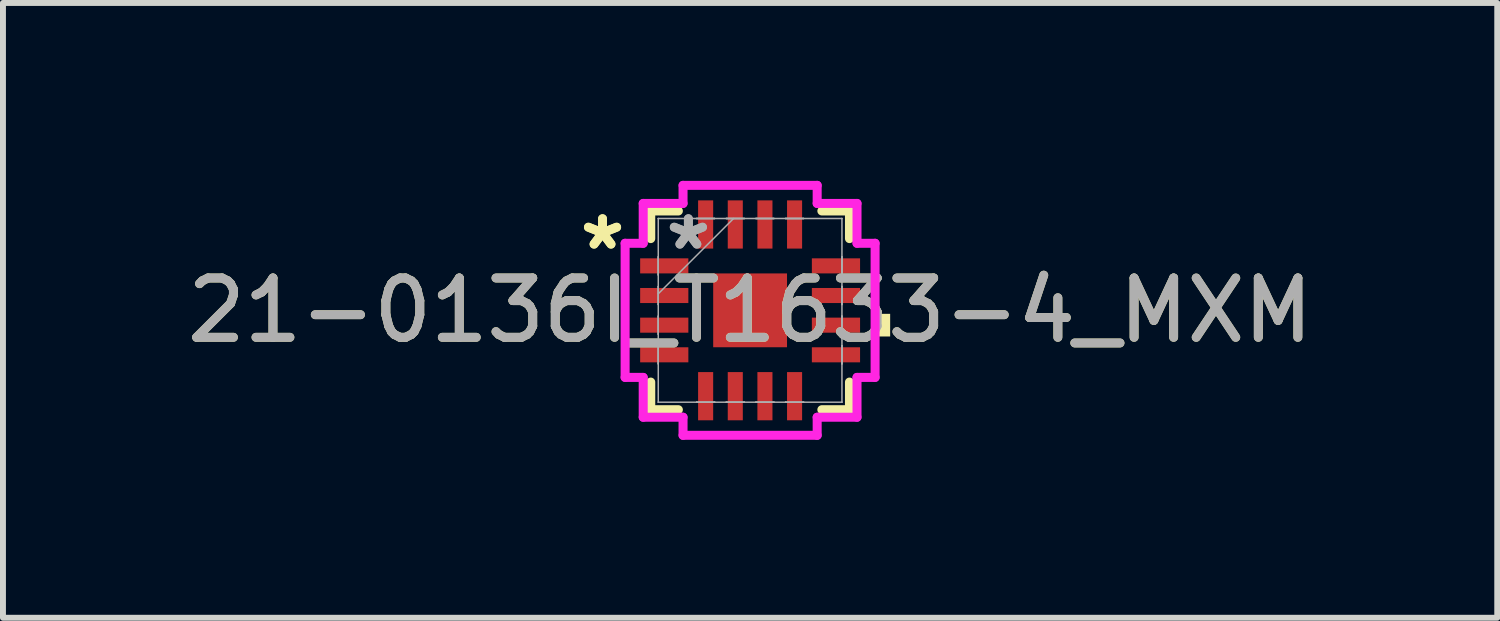
<source format=kicad_pcb>
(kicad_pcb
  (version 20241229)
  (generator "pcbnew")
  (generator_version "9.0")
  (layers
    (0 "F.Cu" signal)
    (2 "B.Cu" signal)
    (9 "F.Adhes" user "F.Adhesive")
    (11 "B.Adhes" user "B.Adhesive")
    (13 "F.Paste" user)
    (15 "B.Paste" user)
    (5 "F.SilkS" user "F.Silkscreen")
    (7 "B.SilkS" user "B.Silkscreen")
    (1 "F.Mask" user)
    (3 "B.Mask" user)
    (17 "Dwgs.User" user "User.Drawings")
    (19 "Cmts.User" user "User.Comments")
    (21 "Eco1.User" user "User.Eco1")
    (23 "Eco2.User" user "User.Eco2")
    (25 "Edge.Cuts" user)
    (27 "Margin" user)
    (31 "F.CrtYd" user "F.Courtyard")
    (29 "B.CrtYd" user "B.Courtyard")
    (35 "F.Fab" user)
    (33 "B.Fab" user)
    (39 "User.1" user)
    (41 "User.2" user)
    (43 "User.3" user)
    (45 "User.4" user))
  (footprint "21-0136I_T1633-4_MXM"
    (layer "F.Cu")
    (at 9.601 2.184)
    (property "Reference" "21-0136I_T1633-4_MXM" (at 0 0 0) (unlocked yes) (layer "F.SilkS") (effects (font (size 1 1) (thickness 0.15))))
    (attr smd)
    (fp_line (start -1.676 -1.676) (end -1.676 -1.21) (stroke (width 0.152) (type solid)) (layer "F.SilkS"))
    (fp_line (start -1.676 1.21) (end -1.676 1.676) (stroke (width 0.152) (type solid)) (layer "F.SilkS"))
    (fp_line (start -1.676 1.676) (end -1.21 1.676) (stroke (width 0.152) (type solid)) (layer "F.SilkS"))
    (fp_line (start -1.21 -1.676) (end -1.676 -1.676) (stroke (width 0.152) (type solid)) (layer "F.SilkS"))
    (fp_line (start 1.21 1.676) (end 1.676 1.676) (stroke (width 0.152) (type solid)) (layer "F.SilkS"))
    (fp_line (start 1.676 -1.676) (end 1.21 -1.676) (stroke (width 0.152) (type solid)) (layer "F.SilkS"))
    (fp_line (start 1.676 -1.21) (end 1.676 -1.676) (stroke (width 0.152) (type solid)) (layer "F.SilkS"))
    (fp_line (start 1.676 1.676) (end 1.676 1.21) (stroke (width 0.152) (type solid)) (layer "F.SilkS"))
    (fp_poly (pts (xy 2.362 0.059) (xy 2.362 0.441) (xy 2.108 0.441) (xy 2.108 0.059)) (stroke (width 0) (type solid)) (fill yes) (layer "F.SilkS"))
    (fp_line (start -2.108 -1.131) (end -1.803 -1.131) (stroke (width 0.152) (type solid)) (layer "F.CrtYd"))
    (fp_line (start -2.108 1.131) (end -2.108 -1.131) (stroke (width 0.152) (type solid)) (layer "F.CrtYd"))
    (fp_line (start -1.803 -1.803) (end -1.131 -1.803) (stroke (width 0.152) (type solid)) (layer "F.CrtYd"))
    (fp_line (start -1.803 -1.131) (end -1.803 -1.803) (stroke (width 0.152) (type solid)) (layer "F.CrtYd"))
    (fp_line (start -1.803 1.131) (end -2.108 1.131) (stroke (width 0.152) (type solid)) (layer "F.CrtYd"))
    (fp_line (start -1.803 1.803) (end -1.803 1.131) (stroke (width 0.152) (type solid)) (layer "F.CrtYd"))
    (fp_line (start -1.131 -2.108) (end 1.131 -2.108) (stroke (width 0.152) (type solid)) (layer "F.CrtYd"))
    (fp_line (start -1.131 -1.803) (end -1.131 -2.108) (stroke (width 0.152) (type solid)) (layer "F.CrtYd"))
    (fp_line (start -1.131 1.803) (end -1.803 1.803) (stroke (width 0.152) (type solid)) (layer "F.CrtYd"))
    (fp_line (start -1.131 2.108) (end -1.131 1.803) (stroke (width 0.152) (type solid)) (layer "F.CrtYd"))
    (fp_line (start 1.131 -2.108) (end 1.131 -1.803) (stroke (width 0.152) (type solid)) (layer "F.CrtYd"))
    (fp_line (start 1.131 -1.803) (end 1.803 -1.803) (stroke (width 0.152) (type solid)) (layer "F.CrtYd"))
    (fp_line (start 1.131 1.803) (end 1.131 2.108) (stroke (width 0.152) (type solid)) (layer "F.CrtYd"))
    (fp_line (start 1.131 2.108) (end -1.131 2.108) (stroke (width 0.152) (type solid)) (layer "F.CrtYd"))
    (fp_line (start 1.803 -1.803) (end 1.803 -1.131) (stroke (width 0.152) (type solid)) (layer "F.CrtYd"))
    (fp_line (start 1.803 -1.131) (end 2.108 -1.131) (stroke (width 0.152) (type solid)) (layer "F.CrtYd"))
    (fp_line (start 1.803 1.131) (end 1.803 1.803) (stroke (width 0.152) (type solid)) (layer "F.CrtYd"))
    (fp_line (start 1.803 1.803) (end 1.131 1.803) (stroke (width 0.152) (type solid)) (layer "F.CrtYd"))
    (fp_line (start 2.108 -1.131) (end 2.108 1.131) (stroke (width 0.152) (type solid)) (layer "F.CrtYd"))
    (fp_line (start 2.108 1.131) (end 1.803 1.131) (stroke (width 0.152) (type solid)) (layer "F.CrtYd"))
    (fp_line (start -1.549 -1.549) (end -1.549 -1.549) (stroke (width 0.025) (type solid)) (layer "F.Fab"))
    (fp_line (start -1.549 -1.549) (end -1.549 1.549) (stroke (width 0.025) (type solid)) (layer "F.Fab"))
    (fp_line (start -1.549 -0.902) (end -1.549 -0.902) (stroke (width 0.025) (type solid)) (layer "F.Fab"))
    (fp_line (start -1.549 -0.902) (end -1.549 -0.598) (stroke (width 0.025) (type solid)) (layer "F.Fab"))
    (fp_line (start -1.549 -0.598) (end -1.549 -0.902) (stroke (width 0.025) (type solid)) (layer "F.Fab"))
    (fp_line (start -1.549 -0.598) (end -1.549 -0.598) (stroke (width 0.025) (type solid)) (layer "F.Fab"))
    (fp_line (start -1.549 -0.402) (end -1.549 -0.402) (stroke (width 0.025) (type solid)) (layer "F.Fab"))
    (fp_line (start -1.549 -0.402) (end -1.549 -0.098) (stroke (width 0.025) (type solid)) (layer "F.Fab"))
    (fp_line (start -1.549 -0.279) (end -0.279 -1.549) (stroke (width 0.025) (type solid)) (layer "F.Fab"))
    (fp_line (start -1.549 -0.098) (end -1.549 -0.402) (stroke (width 0.025) (type solid)) (layer "F.Fab"))
    (fp_line (start -1.549 -0.098) (end -1.549 -0.098) (stroke (width 0.025) (type solid)) (layer "F.Fab"))
    (fp_line (start -1.549 0.098) (end -1.549 0.098) (stroke (width 0.025) (type solid)) (layer "F.Fab"))
    (fp_line (start -1.549 0.098) (end -1.549 0.402) (stroke (width 0.025) (type solid)) (layer "F.Fab"))
    (fp_line (start -1.549 0.402) (end -1.549 0.098) (stroke (width 0.025) (type solid)) (layer "F.Fab"))
    (fp_line (start -1.549 0.402) (end -1.549 0.402) (stroke (width 0.025) (type solid)) (layer "F.Fab"))
    (fp_line (start -1.549 0.598) (end -1.549 0.598) (stroke (width 0.025) (type solid)) (layer "F.Fab"))
    (fp_line (start -1.549 0.598) (end -1.549 0.902) (stroke (width 0.025) (type solid)) (layer "F.Fab"))
    (fp_line (start -1.549 0.902) (end -1.549 0.598) (stroke (width 0.025) (type solid)) (layer "F.Fab"))
    (fp_line (start -1.549 0.902) (end -1.549 0.902) (stroke (width 0.025) (type solid)) (layer "F.Fab"))
    (fp_line (start -1.549 1.549) (end -1.549 1.549) (stroke (width 0.025) (type solid)) (layer "F.Fab"))
    (fp_line (start -1.549 1.549) (end 1.549 1.549) (stroke (width 0.025) (type solid)) (layer "F.Fab"))
    (fp_line (start -0.902 -1.549) (end -0.902 -1.549) (stroke (width 0.025) (type solid)) (layer "F.Fab"))
    (fp_line (start -0.902 -1.549) (end -0.598 -1.549) (stroke (width 0.025) (type solid)) (layer "F.Fab"))
    (fp_line (start -0.902 1.549) (end -0.902 1.549) (stroke (width 0.025) (type solid)) (layer "F.Fab"))
    (fp_line (start -0.902 1.549) (end -0.598 1.549) (stroke (width 0.025) (type solid)) (layer "F.Fab"))
    (fp_line (start -0.598 -1.549) (end -0.902 -1.549) (stroke (width 0.025) (type solid)) (layer "F.Fab"))
    (fp_line (start -0.598 -1.549) (end -0.598 -1.549) (stroke (width 0.025) (type solid)) (layer "F.Fab"))
    (fp_line (start -0.598 1.549) (end -0.902 1.549) (stroke (width 0.025) (type solid)) (layer "F.Fab"))
    (fp_line (start -0.598 1.549) (end -0.598 1.549) (stroke (width 0.025) (type solid)) (layer "F.Fab"))
    (fp_line (start -0.402 -1.549) (end -0.402 -1.549) (stroke (width 0.025) (type solid)) (layer "F.Fab"))
    (fp_line (start -0.402 -1.549) (end -0.098 -1.549) (stroke (width 0.025) (type solid)) (layer "F.Fab"))
    (fp_line (start -0.402 1.549) (end -0.402 1.549) (stroke (width 0.025) (type solid)) (layer "F.Fab"))
    (fp_line (start -0.402 1.549) (end -0.098 1.549) (stroke (width 0.025) (type solid)) (layer "F.Fab"))
    (fp_line (start -0.098 -1.549) (end -0.402 -1.549) (stroke (width 0.025) (type solid)) (layer "F.Fab"))
    (fp_line (start -0.098 -1.549) (end -0.098 -1.549) (stroke (width 0.025) (type solid)) (layer "F.Fab"))
    (fp_line (start -0.098 1.549) (end -0.402 1.549) (stroke (width 0.025) (type solid)) (layer "F.Fab"))
    (fp_line (start -0.098 1.549) (end -0.098 1.549) (stroke (width 0.025) (type solid)) (layer "F.Fab"))
    (fp_line (start 0.098 -1.549) (end 0.098 -1.549) (stroke (width 0.025) (type solid)) (layer "F.Fab"))
    (fp_line (start 0.098 -1.549) (end 0.402 -1.549) (stroke (width 0.025) (type solid)) (layer "F.Fab"))
    (fp_line (start 0.098 1.549) (end 0.098 1.549) (stroke (width 0.025) (type solid)) (layer "F.Fab"))
    (fp_line (start 0.098 1.549) (end 0.402 1.549) (stroke (width 0.025) (type solid)) (layer "F.Fab"))
    (fp_line (start 0.402 -1.549) (end 0.098 -1.549) (stroke (width 0.025) (type solid)) (layer "F.Fab"))
    (fp_line (start 0.402 -1.549) (end 0.402 -1.549) (stroke (width 0.025) (type solid)) (layer "F.Fab"))
    (fp_line (start 0.402 1.549) (end 0.098 1.549) (stroke (width 0.025) (type solid)) (layer "F.Fab"))
    (fp_line (start 0.402 1.549) (end 0.402 1.549) (stroke (width 0.025) (type solid)) (layer "F.Fab"))
    (fp_line (start 0.598 -1.549) (end 0.598 -1.549) (stroke (width 0.025) (type solid)) (layer "F.Fab"))
    (fp_line (start 0.598 -1.549) (end 0.902 -1.549) (stroke (width 0.025) (type solid)) (layer "F.Fab"))
    (fp_line (start 0.598 1.549) (end 0.598 1.549) (stroke (width 0.025) (type solid)) (layer "F.Fab"))
    (fp_line (start 0.598 1.549) (end 0.902 1.549) (stroke (width 0.025) (type solid)) (layer "F.Fab"))
    (fp_line (start 0.902 -1.549) (end 0.598 -1.549) (stroke (width 0.025) (type solid)) (layer "F.Fab"))
    (fp_line (start 0.902 -1.549) (end 0.902 -1.549) (stroke (width 0.025) (type solid)) (layer "F.Fab"))
    (fp_line (start 0.902 1.549) (end 0.598 1.549) (stroke (width 0.025) (type solid)) (layer "F.Fab"))
    (fp_line (start 0.902 1.549) (end 0.902 1.549) (stroke (width 0.025) (type solid)) (layer "F.Fab"))
    (fp_line (start 1.549 -1.549) (end -1.549 -1.549) (stroke (width 0.025) (type solid)) (layer "F.Fab"))
    (fp_line (start 1.549 -1.549) (end 1.549 -1.549) (stroke (width 0.025) (type solid)) (layer "F.Fab"))
    (fp_line (start 1.549 -0.902) (end 1.549 -0.902) (stroke (width 0.025) (type solid)) (layer "F.Fab"))
    (fp_line (start 1.549 -0.902) (end 1.549 -0.598) (stroke (width 0.025) (type solid)) (layer "F.Fab"))
    (fp_line (start 1.549 -0.598) (end 1.549 -0.902) (stroke (width 0.025) (type solid)) (layer "F.Fab"))
    (fp_line (start 1.549 -0.598) (end 1.549 -0.598) (stroke (width 0.025) (type solid)) (layer "F.Fab"))
    (fp_line (start 1.549 -0.402) (end 1.549 -0.402) (stroke (width 0.025) (type solid)) (layer "F.Fab"))
    (fp_line (start 1.549 -0.402) (end 1.549 -0.098) (stroke (width 0.025) (type solid)) (layer "F.Fab"))
    (fp_line (start 1.549 -0.098) (end 1.549 -0.402) (stroke (width 0.025) (type solid)) (layer "F.Fab"))
    (fp_line (start 1.549 -0.098) (end 1.549 -0.098) (stroke (width 0.025) (type solid)) (layer "F.Fab"))
    (fp_line (start 1.549 0.098) (end 1.549 0.098) (stroke (width 0.025) (type solid)) (layer "F.Fab"))
    (fp_line (start 1.549 0.098) (end 1.549 0.402) (stroke (width 0.025) (type solid)) (layer "F.Fab"))
    (fp_line (start 1.549 0.402) (end 1.549 0.098) (stroke (width 0.025) (type solid)) (layer "F.Fab"))
    (fp_line (start 1.549 0.402) (end 1.549 0.402) (stroke (width 0.025) (type solid)) (layer "F.Fab"))
    (fp_line (start 1.549 0.598) (end 1.549 0.598) (stroke (width 0.025) (type solid)) (layer "F.Fab"))
    (fp_line (start 1.549 0.598) (end 1.549 0.902) (stroke (width 0.025) (type solid)) (layer "F.Fab"))
    (fp_line (start 1.549 0.902) (end 1.549 0.598) (stroke (width 0.025) (type solid)) (layer "F.Fab"))
    (fp_line (start 1.549 0.902) (end 1.549 0.902) (stroke (width 0.025) (type solid)) (layer "F.Fab"))
    (fp_line (start 1.549 1.549) (end 1.549 -1.549) (stroke (width 0.025) (type solid)) (layer "F.Fab"))
    (fp_line (start 1.549 1.549) (end 1.549 1.549) (stroke (width 0.025) (type solid)) (layer "F.Fab"))
    (fp_text user "*" (at -2.489 -1 0) (layer "F.SilkS") (effects (font (size 1 1) (thickness 0.15))))
    (fp_text user "*" (at -2.489 -1 0) (unlocked yes) (layer "F.SilkS") (effects (font (size 1 1) (thickness 0.15))))
    (fp_text user "${REFERENCE}" (at 0 0 0) (unlocked yes) (layer "F.Fab") (effects (font (size 1 1) (thickness 0.15))))
    (fp_text user "*" (at -1.041 -1 0) (unlocked yes) (layer "F.Fab") (effects (font (size 1 1) (thickness 0.15))))
    (fp_text user "*" (at -1.041 -1 0) (layer "F.Fab") (effects (font (size 1 1) (thickness 0.15))))
    (pad "1" smd rect (at -1.448 -0.75 90) (size 0.254 0.813) (layers "F.Cu" "F.Mask" "F.Paste"))
    (pad "2" smd rect (at -1.448 -0.25 90) (size 0.254 0.813) (layers "F.Cu" "F.Mask" "F.Paste"))
    (pad "3" smd rect (at -1.448 0.25 90) (size 0.254 0.813) (layers "F.Cu" "F.Mask" "F.Paste"))
    (pad "4" smd rect (at -1.448 0.75 90) (size 0.254 0.813) (layers "F.Cu" "F.Mask" "F.Paste"))
    (pad "5" smd rect (at -0.75 1.448) (size 0.254 0.813) (layers "F.Cu" "F.Mask" "F.Paste"))
    (pad "6" smd rect (at -0.25 1.448) (size 0.254 0.813) (layers "F.Cu" "F.Mask" "F.Paste"))
    (pad "7" smd rect (at 0.25 1.448) (size 0.254 0.813) (layers "F.Cu" "F.Mask" "F.Paste"))
    (pad "8" smd rect (at 0.75 1.448) (size 0.254 0.813) (layers "F.Cu" "F.Mask" "F.Paste"))
    (pad "9" smd rect (at 1.448 0.75 90) (size 0.254 0.813) (layers "F.Cu" "F.Mask" "F.Paste"))
    (pad "10" smd rect (at 1.448 0.25 90) (size 0.254 0.813) (layers "F.Cu" "F.Mask" "F.Paste"))
    (pad "11" smd rect (at 1.448 -0.25 90) (size 0.254 0.813) (layers "F.Cu" "F.Mask" "F.Paste"))
    (pad "12" smd rect (at 1.448 -0.75 90) (size 0.254 0.813) (layers "F.Cu" "F.Mask" "F.Paste"))
    (pad "13" smd rect (at 0.75 -1.448) (size 0.254 0.813) (layers "F.Cu" "F.Mask" "F.Paste"))
    (pad "14" smd rect (at 0.25 -1.448) (size 0.254 0.813) (layers "F.Cu" "F.Mask" "F.Paste"))
    (pad "15" smd rect (at -0.25 -1.448) (size 0.254 0.813) (layers "F.Cu" "F.Mask" "F.Paste"))
    (pad "16" smd rect (at -0.75 -1.448) (size 0.254 0.813) (layers "F.Cu" "F.Mask" "F.Paste"))
    (pad "17" smd rect (at 0 0) (size 1.245 1.245) (layers "F.Cu" "F.Mask" "F.Paste")))
  (gr_rect
    (start -3 -3)
    (end 22.202 7.369)
    (stroke (width 0.1) (type default))
    (fill no)
    (layer "Edge.Cuts")))
</source>
